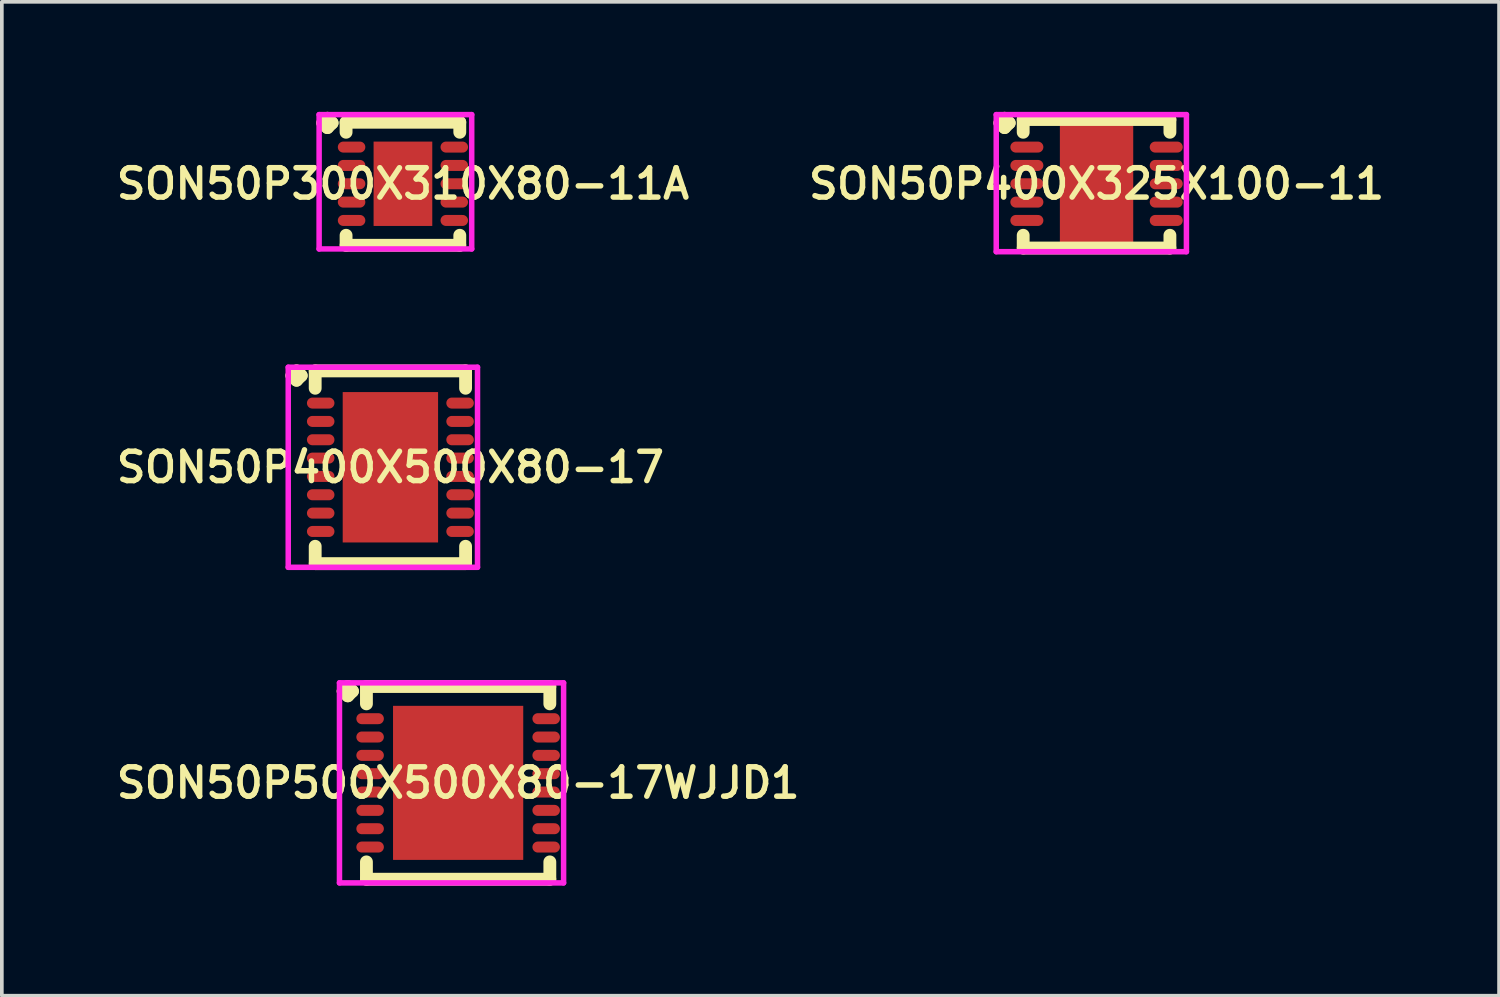
<source format=kicad_pcb>
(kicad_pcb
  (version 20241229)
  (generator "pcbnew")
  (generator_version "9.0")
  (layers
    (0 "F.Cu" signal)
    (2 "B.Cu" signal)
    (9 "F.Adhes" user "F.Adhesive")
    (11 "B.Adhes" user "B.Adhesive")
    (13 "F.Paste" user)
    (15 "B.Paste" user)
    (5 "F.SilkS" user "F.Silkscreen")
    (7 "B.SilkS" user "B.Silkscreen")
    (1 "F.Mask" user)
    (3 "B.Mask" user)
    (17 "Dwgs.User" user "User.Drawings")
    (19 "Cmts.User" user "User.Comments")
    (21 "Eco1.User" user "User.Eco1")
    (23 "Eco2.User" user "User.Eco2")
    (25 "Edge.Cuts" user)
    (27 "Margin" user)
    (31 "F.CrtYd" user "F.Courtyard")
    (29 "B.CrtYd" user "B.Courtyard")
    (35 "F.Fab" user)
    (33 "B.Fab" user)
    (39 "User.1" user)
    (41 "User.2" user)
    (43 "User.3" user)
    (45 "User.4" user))
  (footprint "SON50P500X500X80-17WJJD1"
    (layer "F.Cu")
    (at 9.44 18.293)
    (property "Reference" "SON50P500X500X80-17WJJD1" (at 0 0 0) (layer "F.SilkS") (effects (font (size 0.8 0.8) (thickness 0.15))))
    (attr smd)
    (fp_line (start -3.135 -2.5) (end -3.008 -2.627) (stroke (width 0.35) (type solid)) (layer "F.SilkS"))
    (fp_line (start -3.008 -2.627) (end -2.881 -2.5) (stroke (width 0.35) (type solid)) (layer "F.SilkS"))
    (fp_line (start -3.008 -2.373) (end -3.135 -2.5) (stroke (width 0.35) (type solid)) (layer "F.SilkS"))
    (fp_line (start -2.881 -2.5) (end -3.008 -2.373) (stroke (width 0.35) (type solid)) (layer "F.SilkS"))
    (fp_line (start -2.5 -2.627) (end 2.5 -2.627) (stroke (width 0.35) (type solid)) (layer "F.SilkS"))
    (fp_line (start -2.5 -2.154) (end -2.5 -2.627) (stroke (width 0.35) (type solid)) (layer "F.SilkS"))
    (fp_line (start -2.5 2.154) (end -2.5 2.627) (stroke (width 0.35) (type solid)) (layer "F.SilkS"))
    (fp_line (start -2.5 2.627) (end 2.5 2.627) (stroke (width 0.35) (type solid)) (layer "F.SilkS"))
    (fp_line (start 2.5 -2.627) (end 2.5 -2.154) (stroke (width 0.35) (type solid)) (layer "F.SilkS"))
    (fp_line (start 2.5 2.627) (end 2.5 2.154) (stroke (width 0.35) (type solid)) (layer "F.SilkS"))
    (fp_line (start -3.235 -2.727) (end 2.875 -2.727) (stroke (width 0.15) (type solid)) (layer "F.CrtYd"))
    (fp_line (start -3.235 2.727) (end -3.235 -2.727) (stroke (width 0.15) (type solid)) (layer "F.CrtYd"))
    (fp_line (start 2.875 -2.727) (end 2.875 2.727) (stroke (width 0.15) (type solid)) (layer "F.CrtYd"))
    (fp_line (start 2.875 2.727) (end -3.235 2.727) (stroke (width 0.15) (type solid)) (layer "F.CrtYd"))
    (pad "1" smd oval (at -2.4 -1.75) (size 0.75 0.3) (layers "F.Cu" "F.Mask" "F.Paste"))
    (pad "2" smd oval (at -2.4 -1.25) (size 0.75 0.3) (layers "F.Cu" "F.Mask" "F.Paste"))
    (pad "3" smd oval (at -2.4 -0.75) (size 0.75 0.3) (layers "F.Cu" "F.Mask" "F.Paste"))
    (pad "4" smd oval (at -2.4 -0.25) (size 0.75 0.3) (layers "F.Cu" "F.Mask" "F.Paste"))
    (pad "5" smd oval (at -2.4 0.25) (size 0.75 0.3) (layers "F.Cu" "F.Mask" "F.Paste"))
    (pad "6" smd oval (at -2.4 0.75) (size 0.75 0.3) (layers "F.Cu" "F.Mask" "F.Paste"))
    (pad "7" smd oval (at -2.4 1.25) (size 0.75 0.3) (layers "F.Cu" "F.Mask" "F.Paste"))
    (pad "8" smd oval (at -2.4 1.75) (size 0.75 0.3) (layers "F.Cu" "F.Mask" "F.Paste"))
    (pad "9" smd oval (at 2.4 1.75) (size 0.75 0.3) (layers "F.Cu" "F.Mask" "F.Paste"))
    (pad "10" smd oval (at 2.4 1.25) (size 0.75 0.3) (layers "F.Cu" "F.Mask" "F.Paste"))
    (pad "11" smd oval (at 2.4 0.75) (size 0.75 0.3) (layers "F.Cu" "F.Mask" "F.Paste"))
    (pad "12" smd oval (at 2.4 0.25) (size 0.75 0.3) (layers "F.Cu" "F.Mask" "F.Paste"))
    (pad "13" smd oval (at 2.4 -0.25) (size 0.75 0.3) (layers "F.Cu" "F.Mask" "F.Paste"))
    (pad "14" smd oval (at 2.4 -0.75) (size 0.75 0.3) (layers "F.Cu" "F.Mask" "F.Paste"))
    (pad "15" smd oval (at 2.4 -1.25) (size 0.75 0.3) (layers "F.Cu" "F.Mask" "F.Paste"))
    (pad "16" smd oval (at 2.4 -1.75) (size 0.75 0.3) (layers "F.Cu" "F.Mask" "F.Paste"))
    (pad "17" smd rect (at 0 0) (size 3.55 4.2) (layers "F.Cu" "F.Mask" "F.Paste")))
  (footprint "SON50P400X325X100-11"
    (layer "F.Cu")
    (at 26.845 1.96)
    (property "Reference" "SON50P400X325X100-11" (at 0 0 0) (layer "F.SilkS") (effects (font (size 0.8 0.8) (thickness 0.15))))
    (attr smd)
    (fp_line (start -2.635 -1.658) (end -2.508 -1.785) (stroke (width 0.35) (type solid)) (layer "F.SilkS"))
    (fp_line (start -2.508 -1.785) (end -2.381 -1.658) (stroke (width 0.35) (type solid)) (layer "F.SilkS"))
    (fp_line (start -2.508 -1.531) (end -2.635 -1.658) (stroke (width 0.35) (type solid)) (layer "F.SilkS"))
    (fp_line (start -2.381 -1.658) (end -2.508 -1.531) (stroke (width 0.35) (type solid)) (layer "F.SilkS"))
    (fp_line (start -2 -1.752) (end 2 -1.752) (stroke (width 0.35) (type solid)) (layer "F.SilkS"))
    (fp_line (start -2 -1.404) (end -2 -1.752) (stroke (width 0.35) (type solid)) (layer "F.SilkS"))
    (fp_line (start -2 1.404) (end -2 1.752) (stroke (width 0.35) (type solid)) (layer "F.SilkS"))
    (fp_line (start -2 1.752) (end 2 1.752) (stroke (width 0.35) (type solid)) (layer "F.SilkS"))
    (fp_line (start 2 -1.752) (end 2 -1.404) (stroke (width 0.35) (type solid)) (layer "F.SilkS"))
    (fp_line (start 2 1.752) (end 2 1.404) (stroke (width 0.35) (type solid)) (layer "F.SilkS"))
    (fp_line (start -2.735 -1.885) (end 2.45 -1.885) (stroke (width 0.15) (type solid)) (layer "F.CrtYd"))
    (fp_line (start -2.735 1.852) (end -2.735 -1.885) (stroke (width 0.15) (type solid)) (layer "F.CrtYd"))
    (fp_line (start 2.45 -1.885) (end 2.45 1.852) (stroke (width 0.15) (type solid)) (layer "F.CrtYd"))
    (fp_line (start 2.45 1.852) (end -2.735 1.852) (stroke (width 0.15) (type solid)) (layer "F.CrtYd"))
    (pad "1" smd oval (at -1.9 -1) (size 0.9 0.3) (layers "F.Cu" "F.Mask" "F.Paste"))
    (pad "2" smd oval (at -1.9 -0.5) (size 0.9 0.3) (layers "F.Cu" "F.Mask" "F.Paste"))
    (pad "3" smd oval (at -1.9 0) (size 0.9 0.3) (layers "F.Cu" "F.Mask" "F.Paste"))
    (pad "4" smd oval (at -1.9 0.5) (size 0.9 0.3) (layers "F.Cu" "F.Mask" "F.Paste"))
    (pad "5" smd oval (at -1.9 1) (size 0.9 0.3) (layers "F.Cu" "F.Mask" "F.Paste"))
    (pad "6" smd oval (at 1.9 1) (size 0.9 0.3) (layers "F.Cu" "F.Mask" "F.Paste"))
    (pad "7" smd oval (at 1.9 0.5) (size 0.9 0.3) (layers "F.Cu" "F.Mask" "F.Paste"))
    (pad "8" smd oval (at 1.9 0) (size 0.9 0.3) (layers "F.Cu" "F.Mask" "F.Paste"))
    (pad "9" smd oval (at 1.9 -0.5) (size 0.9 0.3) (layers "F.Cu" "F.Mask" "F.Paste"))
    (pad "10" smd oval (at 1.9 -1) (size 0.9 0.3) (layers "F.Cu" "F.Mask" "F.Paste"))
    (pad "11" smd rect (at 0 0) (size 2 3.25) (layers "F.Cu" "F.Mask" "F.Paste")))
  (footprint "SON50P300X310X80-11A"
    (layer "F.Cu")
    (at 7.935 1.96)
    (property "Reference" "SON50P300X310X80-11A" (at 0 0 0) (layer "F.SilkS") (effects (font (size 0.8 0.8) (thickness 0.15))))
    (attr smd)
    (fp_line (start -2.185 -1.658) (end -2.058 -1.785) (stroke (width 0.35) (type solid)) (layer "F.SilkS"))
    (fp_line (start -2.058 -1.785) (end -1.931 -1.658) (stroke (width 0.35) (type solid)) (layer "F.SilkS"))
    (fp_line (start -2.058 -1.531) (end -2.185 -1.658) (stroke (width 0.35) (type solid)) (layer "F.SilkS"))
    (fp_line (start -1.931 -1.658) (end -2.058 -1.531) (stroke (width 0.35) (type solid)) (layer "F.SilkS"))
    (fp_line (start -1.55 -1.677) (end 1.55 -1.677) (stroke (width 0.35) (type solid)) (layer "F.SilkS"))
    (fp_line (start -1.55 -1.404) (end -1.55 -1.677) (stroke (width 0.35) (type solid)) (layer "F.SilkS"))
    (fp_line (start -1.55 1.404) (end -1.55 1.677) (stroke (width 0.35) (type solid)) (layer "F.SilkS"))
    (fp_line (start -1.55 1.677) (end 1.55 1.677) (stroke (width 0.35) (type solid)) (layer "F.SilkS"))
    (fp_line (start 1.55 -1.677) (end 1.55 -1.404) (stroke (width 0.35) (type solid)) (layer "F.SilkS"))
    (fp_line (start 1.55 1.677) (end 1.55 1.404) (stroke (width 0.35) (type solid)) (layer "F.SilkS"))
    (fp_line (start -2.285 -1.885) (end 1.875 -1.885) (stroke (width 0.15) (type solid)) (layer "F.CrtYd"))
    (fp_line (start -2.285 1.777) (end -2.285 -1.885) (stroke (width 0.15) (type solid)) (layer "F.CrtYd"))
    (fp_line (start 1.875 -1.885) (end 1.875 1.777) (stroke (width 0.15) (type solid)) (layer "F.CrtYd"))
    (fp_line (start 1.875 1.777) (end -2.285 1.777) (stroke (width 0.15) (type solid)) (layer "F.CrtYd"))
    (pad "1" smd oval (at -1.4 -1) (size 0.75 0.3) (layers "F.Cu" "F.Mask" "F.Paste"))
    (pad "2" smd oval (at -1.4 -0.5) (size 0.75 0.3) (layers "F.Cu" "F.Mask" "F.Paste"))
    (pad "3" smd oval (at -1.4 0) (size 0.75 0.3) (layers "F.Cu" "F.Mask" "F.Paste"))
    (pad "4" smd oval (at -1.4 0.5) (size 0.75 0.3) (layers "F.Cu" "F.Mask" "F.Paste"))
    (pad "5" smd oval (at -1.4 1) (size 0.75 0.3) (layers "F.Cu" "F.Mask" "F.Paste"))
    (pad "6" smd oval (at 1.4 1) (size 0.75 0.3) (layers "F.Cu" "F.Mask" "F.Paste"))
    (pad "7" smd oval (at 1.4 0.5) (size 0.75 0.3) (layers "F.Cu" "F.Mask" "F.Paste"))
    (pad "8" smd oval (at 1.4 0) (size 0.75 0.3) (layers "F.Cu" "F.Mask" "F.Paste"))
    (pad "9" smd oval (at 1.4 -0.5) (size 0.75 0.3) (layers "F.Cu" "F.Mask" "F.Paste"))
    (pad "10" smd oval (at 1.4 -1) (size 0.75 0.3) (layers "F.Cu" "F.Mask" "F.Paste"))
    (pad "11" smd rect (at 0 0) (size 1.6 2.3) (layers "F.Cu" "F.Mask" "F.Paste")))
  (footprint "SON50P400X500X80-17"
    (layer "F.Cu")
    (at 7.593 9.689)
    (property "Reference" "SON50P400X500X80-17" (at 0 0 0) (layer "F.SilkS") (effects (font (size 0.8 0.8) (thickness 0.15))))
    (attr smd)
    (fp_line (start -2.685 -2.5) (end -2.558 -2.627) (stroke (width 0.35) (type solid)) (layer "F.SilkS"))
    (fp_line (start -2.558 -2.627) (end -2.431 -2.5) (stroke (width 0.35) (type solid)) (layer "F.SilkS"))
    (fp_line (start -2.558 -2.373) (end -2.685 -2.5) (stroke (width 0.35) (type solid)) (layer "F.SilkS"))
    (fp_line (start -2.431 -2.5) (end -2.558 -2.373) (stroke (width 0.35) (type solid)) (layer "F.SilkS"))
    (fp_line (start -2.05 -2.627) (end 2.05 -2.627) (stroke (width 0.35) (type solid)) (layer "F.SilkS"))
    (fp_line (start -2.05 -2.154) (end -2.05 -2.627) (stroke (width 0.35) (type solid)) (layer "F.SilkS"))
    (fp_line (start -2.05 2.154) (end -2.05 2.627) (stroke (width 0.35) (type solid)) (layer "F.SilkS"))
    (fp_line (start -2.05 2.627) (end 2.05 2.627) (stroke (width 0.35) (type solid)) (layer "F.SilkS"))
    (fp_line (start 2.05 -2.627) (end 2.05 -2.154) (stroke (width 0.35) (type solid)) (layer "F.SilkS"))
    (fp_line (start 2.05 2.627) (end 2.05 2.154) (stroke (width 0.35) (type solid)) (layer "F.SilkS"))
    (fp_line (start -2.785 -2.727) (end 2.375 -2.727) (stroke (width 0.15) (type solid)) (layer "F.CrtYd"))
    (fp_line (start -2.785 2.727) (end -2.785 -2.727) (stroke (width 0.15) (type solid)) (layer "F.CrtYd"))
    (fp_line (start 2.375 -2.727) (end 2.375 2.727) (stroke (width 0.15) (type solid)) (layer "F.CrtYd"))
    (fp_line (start 2.375 2.727) (end -2.785 2.727) (stroke (width 0.15) (type solid)) (layer "F.CrtYd"))
    (pad "1" smd oval (at -1.9 -1.75) (size 0.75 0.3) (layers "F.Cu" "F.Mask" "F.Paste"))
    (pad "2" smd oval (at -1.9 -1.25) (size 0.75 0.3) (layers "F.Cu" "F.Mask" "F.Paste"))
    (pad "3" smd oval (at -1.9 -0.75) (size 0.75 0.3) (layers "F.Cu" "F.Mask" "F.Paste"))
    (pad "4" smd oval (at -1.9 -0.25) (size 0.75 0.3) (layers "F.Cu" "F.Mask" "F.Paste"))
    (pad "5" smd oval (at -1.9 0.25) (size 0.75 0.3) (layers "F.Cu" "F.Mask" "F.Paste"))
    (pad "6" smd oval (at -1.9 0.75) (size 0.75 0.3) (layers "F.Cu" "F.Mask" "F.Paste"))
    (pad "7" smd oval (at -1.9 1.25) (size 0.75 0.3) (layers "F.Cu" "F.Mask" "F.Paste"))
    (pad "8" smd oval (at -1.9 1.75) (size 0.75 0.3) (layers "F.Cu" "F.Mask" "F.Paste"))
    (pad "9" smd oval (at 1.9 1.75) (size 0.75 0.3) (layers "F.Cu" "F.Mask" "F.Paste"))
    (pad "10" smd oval (at 1.9 1.25) (size 0.75 0.3) (layers "F.Cu" "F.Mask" "F.Paste"))
    (pad "11" smd oval (at 1.9 0.75) (size 0.75 0.3) (layers "F.Cu" "F.Mask" "F.Paste"))
    (pad "12" smd oval (at 1.9 0.25) (size 0.75 0.3) (layers "F.Cu" "F.Mask" "F.Paste"))
    (pad "13" smd oval (at 1.9 -0.25) (size 0.75 0.3) (layers "F.Cu" "F.Mask" "F.Paste"))
    (pad "14" smd oval (at 1.9 -0.75) (size 0.75 0.3) (layers "F.Cu" "F.Mask" "F.Paste"))
    (pad "15" smd oval (at 1.9 -1.25) (size 0.75 0.3) (layers "F.Cu" "F.Mask" "F.Paste"))
    (pad "16" smd oval (at 1.9 -1.75) (size 0.75 0.3) (layers "F.Cu" "F.Mask" "F.Paste"))
    (pad "17" smd rect (at 0 0) (size 2.6 4.1) (layers "F.Cu" "F.Mask" "F.Paste")))
  (gr_rect
    (start -3 -3)
    (end 37.818 24.095)
    (stroke (width 0.1) (type default))
    (fill no)
    (layer "Edge.Cuts")))
</source>
